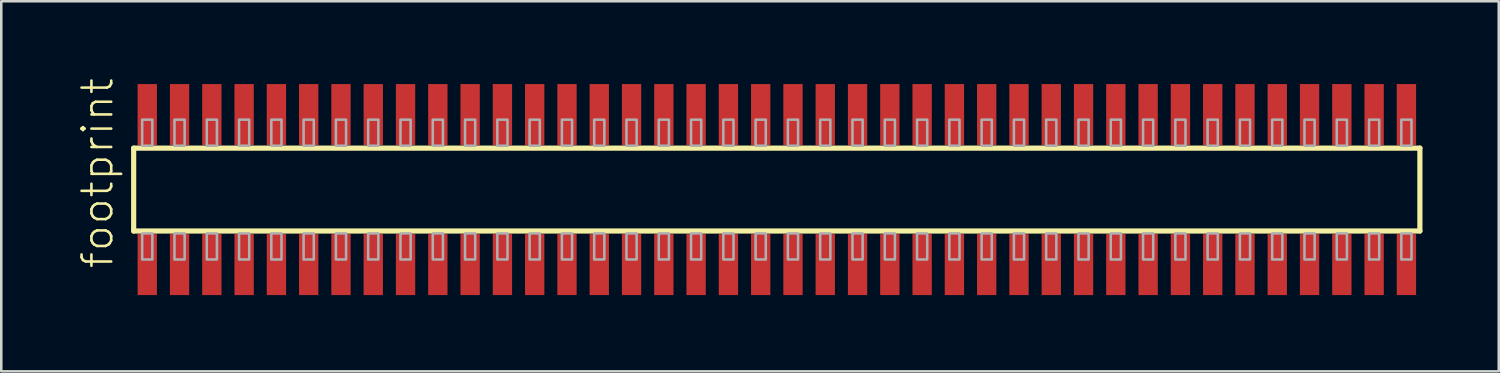
<source format=kicad_pcb>
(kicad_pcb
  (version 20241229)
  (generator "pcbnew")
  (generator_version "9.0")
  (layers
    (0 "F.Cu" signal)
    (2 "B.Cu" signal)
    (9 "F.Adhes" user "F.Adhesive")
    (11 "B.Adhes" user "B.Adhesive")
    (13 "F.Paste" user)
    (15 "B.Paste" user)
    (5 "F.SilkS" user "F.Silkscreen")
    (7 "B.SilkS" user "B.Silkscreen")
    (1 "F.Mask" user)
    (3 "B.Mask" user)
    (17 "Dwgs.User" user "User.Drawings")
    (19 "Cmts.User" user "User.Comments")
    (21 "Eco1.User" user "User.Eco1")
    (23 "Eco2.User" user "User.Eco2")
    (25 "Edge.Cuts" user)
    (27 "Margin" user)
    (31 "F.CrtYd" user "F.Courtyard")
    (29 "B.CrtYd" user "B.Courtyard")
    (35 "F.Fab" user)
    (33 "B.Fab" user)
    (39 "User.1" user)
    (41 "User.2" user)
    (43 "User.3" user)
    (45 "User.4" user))
  (footprint "footprint"
    (layer "F.Cu")
    (at 27.508 4.407)
    (property "Reference" "footprint" (at -26.035 3.175 90) (layer "F.SilkS") (effects (font (size 1.168 1.168) (thickness 0.102)) (justify left bottom)))
    (fp_line (start -25.3 -1.63) (end 25.295 -1.63) (stroke (width 0.203) (type solid)) (layer "F.SilkS"))
    (fp_line (start -25.3 1.63) (end -25.3 -1.63) (stroke (width 0.203) (type solid)) (layer "F.SilkS"))
    (fp_line (start 25.295 -1.63) (end 25.295 1.63) (stroke (width 0.203) (type solid)) (layer "F.SilkS"))
    (fp_line (start 25.295 1.63) (end -25.3 1.63) (stroke (width 0.203) (type solid)) (layer "F.SilkS"))
    (fp_poly (pts (xy -24.965 -1.725) (xy -24.565 -1.725) (xy -24.565 -2.75) (xy -24.965 -2.75)) (stroke (width 0.1) (type solid)) (fill no) (layer "F.Fab"))
    (fp_poly (pts (xy -24.565 1.725) (xy -24.965 1.725) (xy -24.965 2.75) (xy -24.565 2.75)) (stroke (width 0.1) (type solid)) (fill no) (layer "F.Fab"))
    (fp_poly (pts (xy -23.695 -1.725) (xy -23.295 -1.725) (xy -23.295 -2.75) (xy -23.695 -2.75)) (stroke (width 0.1) (type solid)) (fill no) (layer "F.Fab"))
    (fp_poly (pts (xy -23.295 1.725) (xy -23.695 1.725) (xy -23.695 2.75) (xy -23.295 2.75)) (stroke (width 0.1) (type solid)) (fill no) (layer "F.Fab"))
    (fp_poly (pts (xy -22.425 -1.725) (xy -22.025 -1.725) (xy -22.025 -2.75) (xy -22.425 -2.75)) (stroke (width 0.1) (type solid)) (fill no) (layer "F.Fab"))
    (fp_poly (pts (xy -22.025 1.725) (xy -22.425 1.725) (xy -22.425 2.75) (xy -22.025 2.75)) (stroke (width 0.1) (type solid)) (fill no) (layer "F.Fab"))
    (fp_poly (pts (xy -21.155 -1.725) (xy -20.755 -1.725) (xy -20.755 -2.75) (xy -21.155 -2.75)) (stroke (width 0.1) (type solid)) (fill no) (layer "F.Fab"))
    (fp_poly (pts (xy -20.755 1.725) (xy -21.155 1.725) (xy -21.155 2.75) (xy -20.755 2.75)) (stroke (width 0.1) (type solid)) (fill no) (layer "F.Fab"))
    (fp_poly (pts (xy -19.885 -1.725) (xy -19.485 -1.725) (xy -19.485 -2.75) (xy -19.885 -2.75)) (stroke (width 0.1) (type solid)) (fill no) (layer "F.Fab"))
    (fp_poly (pts (xy -19.485 1.725) (xy -19.885 1.725) (xy -19.885 2.75) (xy -19.485 2.75)) (stroke (width 0.1) (type solid)) (fill no) (layer "F.Fab"))
    (fp_poly (pts (xy -18.615 -1.725) (xy -18.215 -1.725) (xy -18.215 -2.75) (xy -18.615 -2.75)) (stroke (width 0.1) (type solid)) (fill no) (layer "F.Fab"))
    (fp_poly (pts (xy -18.215 1.725) (xy -18.615 1.725) (xy -18.615 2.75) (xy -18.215 2.75)) (stroke (width 0.1) (type solid)) (fill no) (layer "F.Fab"))
    (fp_poly (pts (xy -17.345 -1.725) (xy -16.945 -1.725) (xy -16.945 -2.75) (xy -17.345 -2.75)) (stroke (width 0.1) (type solid)) (fill no) (layer "F.Fab"))
    (fp_poly (pts (xy -16.945 1.725) (xy -17.345 1.725) (xy -17.345 2.75) (xy -16.945 2.75)) (stroke (width 0.1) (type solid)) (fill no) (layer "F.Fab"))
    (fp_poly (pts (xy -16.075 -1.725) (xy -15.675 -1.725) (xy -15.675 -2.75) (xy -16.075 -2.75)) (stroke (width 0.1) (type solid)) (fill no) (layer "F.Fab"))
    (fp_poly (pts (xy -15.675 1.725) (xy -16.075 1.725) (xy -16.075 2.75) (xy -15.675 2.75)) (stroke (width 0.1) (type solid)) (fill no) (layer "F.Fab"))
    (fp_poly (pts (xy -14.805 -1.725) (xy -14.405 -1.725) (xy -14.405 -2.75) (xy -14.805 -2.75)) (stroke (width 0.1) (type solid)) (fill no) (layer "F.Fab"))
    (fp_poly (pts (xy -14.405 1.725) (xy -14.805 1.725) (xy -14.805 2.75) (xy -14.405 2.75)) (stroke (width 0.1) (type solid)) (fill no) (layer "F.Fab"))
    (fp_poly (pts (xy -13.535 -1.725) (xy -13.135 -1.725) (xy -13.135 -2.75) (xy -13.535 -2.75)) (stroke (width 0.1) (type solid)) (fill no) (layer "F.Fab"))
    (fp_poly (pts (xy -13.135 1.725) (xy -13.535 1.725) (xy -13.535 2.75) (xy -13.135 2.75)) (stroke (width 0.1) (type solid)) (fill no) (layer "F.Fab"))
    (fp_poly (pts (xy -12.265 -1.725) (xy -11.865 -1.725) (xy -11.865 -2.75) (xy -12.265 -2.75)) (stroke (width 0.1) (type solid)) (fill no) (layer "F.Fab"))
    (fp_poly (pts (xy -11.865 1.725) (xy -12.265 1.725) (xy -12.265 2.75) (xy -11.865 2.75)) (stroke (width 0.1) (type solid)) (fill no) (layer "F.Fab"))
    (fp_poly (pts (xy -10.995 -1.725) (xy -10.595 -1.725) (xy -10.595 -2.75) (xy -10.995 -2.75)) (stroke (width 0.1) (type solid)) (fill no) (layer "F.Fab"))
    (fp_poly (pts (xy -10.595 1.725) (xy -10.995 1.725) (xy -10.995 2.75) (xy -10.595 2.75)) (stroke (width 0.1) (type solid)) (fill no) (layer "F.Fab"))
    (fp_poly (pts (xy -9.725 -1.725) (xy -9.325 -1.725) (xy -9.325 -2.75) (xy -9.725 -2.75)) (stroke (width 0.1) (type solid)) (fill no) (layer "F.Fab"))
    (fp_poly (pts (xy -9.325 1.725) (xy -9.725 1.725) (xy -9.725 2.75) (xy -9.325 2.75)) (stroke (width 0.1) (type solid)) (fill no) (layer "F.Fab"))
    (fp_poly (pts (xy -8.455 -1.725) (xy -8.055 -1.725) (xy -8.055 -2.75) (xy -8.455 -2.75)) (stroke (width 0.1) (type solid)) (fill no) (layer "F.Fab"))
    (fp_poly (pts (xy -8.055 1.725) (xy -8.455 1.725) (xy -8.455 2.75) (xy -8.055 2.75)) (stroke (width 0.1) (type solid)) (fill no) (layer "F.Fab"))
    (fp_poly (pts (xy -7.185 -1.725) (xy -6.785 -1.725) (xy -6.785 -2.75) (xy -7.185 -2.75)) (stroke (width 0.1) (type solid)) (fill no) (layer "F.Fab"))
    (fp_poly (pts (xy -6.785 1.725) (xy -7.185 1.725) (xy -7.185 2.75) (xy -6.785 2.75)) (stroke (width 0.1) (type solid)) (fill no) (layer "F.Fab"))
    (fp_poly (pts (xy -5.915 -1.725) (xy -5.515 -1.725) (xy -5.515 -2.75) (xy -5.915 -2.75)) (stroke (width 0.1) (type solid)) (fill no) (layer "F.Fab"))
    (fp_poly (pts (xy -5.515 1.725) (xy -5.915 1.725) (xy -5.915 2.75) (xy -5.515 2.75)) (stroke (width 0.1) (type solid)) (fill no) (layer "F.Fab"))
    (fp_poly (pts (xy -4.645 -1.725) (xy -4.245 -1.725) (xy -4.245 -2.75) (xy -4.645 -2.75)) (stroke (width 0.1) (type solid)) (fill no) (layer "F.Fab"))
    (fp_poly (pts (xy -4.245 1.725) (xy -4.645 1.725) (xy -4.645 2.75) (xy -4.245 2.75)) (stroke (width 0.1) (type solid)) (fill no) (layer "F.Fab"))
    (fp_poly (pts (xy -3.375 -1.725) (xy -2.975 -1.725) (xy -2.975 -2.75) (xy -3.375 -2.75)) (stroke (width 0.1) (type solid)) (fill no) (layer "F.Fab"))
    (fp_poly (pts (xy -2.975 1.725) (xy -3.375 1.725) (xy -3.375 2.75) (xy -2.975 2.75)) (stroke (width 0.1) (type solid)) (fill no) (layer "F.Fab"))
    (fp_poly (pts (xy -2.105 -1.725) (xy -1.705 -1.725) (xy -1.705 -2.75) (xy -2.105 -2.75)) (stroke (width 0.1) (type solid)) (fill no) (layer "F.Fab"))
    (fp_poly (pts (xy -1.705 1.725) (xy -2.105 1.725) (xy -2.105 2.75) (xy -1.705 2.75)) (stroke (width 0.1) (type solid)) (fill no) (layer "F.Fab"))
    (fp_poly (pts (xy -0.835 -1.725) (xy -0.435 -1.725) (xy -0.435 -2.75) (xy -0.835 -2.75)) (stroke (width 0.1) (type solid)) (fill no) (layer "F.Fab"))
    (fp_poly (pts (xy -0.435 1.725) (xy -0.835 1.725) (xy -0.835 2.75) (xy -0.435 2.75)) (stroke (width 0.1) (type solid)) (fill no) (layer "F.Fab"))
    (fp_poly (pts (xy 0.435 -1.725) (xy 0.835 -1.725) (xy 0.835 -2.75) (xy 0.435 -2.75)) (stroke (width 0.1) (type solid)) (fill no) (layer "F.Fab"))
    (fp_poly (pts (xy 0.835 1.725) (xy 0.435 1.725) (xy 0.435 2.75) (xy 0.835 2.75)) (stroke (width 0.1) (type solid)) (fill no) (layer "F.Fab"))
    (fp_poly (pts (xy 1.705 -1.725) (xy 2.105 -1.725) (xy 2.105 -2.75) (xy 1.705 -2.75)) (stroke (width 0.1) (type solid)) (fill no) (layer "F.Fab"))
    (fp_poly (pts (xy 2.105 1.725) (xy 1.705 1.725) (xy 1.705 2.75) (xy 2.105 2.75)) (stroke (width 0.1) (type solid)) (fill no) (layer "F.Fab"))
    (fp_poly (pts (xy 2.975 -1.725) (xy 3.375 -1.725) (xy 3.375 -2.75) (xy 2.975 -2.75)) (stroke (width 0.1) (type solid)) (fill no) (layer "F.Fab"))
    (fp_poly (pts (xy 3.375 1.725) (xy 2.975 1.725) (xy 2.975 2.75) (xy 3.375 2.75)) (stroke (width 0.1) (type solid)) (fill no) (layer "F.Fab"))
    (fp_poly (pts (xy 4.245 -1.725) (xy 4.645 -1.725) (xy 4.645 -2.75) (xy 4.245 -2.75)) (stroke (width 0.1) (type solid)) (fill no) (layer "F.Fab"))
    (fp_poly (pts (xy 4.645 1.725) (xy 4.245 1.725) (xy 4.245 2.75) (xy 4.645 2.75)) (stroke (width 0.1) (type solid)) (fill no) (layer "F.Fab"))
    (fp_poly (pts (xy 5.515 -1.725) (xy 5.915 -1.725) (xy 5.915 -2.75) (xy 5.515 -2.75)) (stroke (width 0.1) (type solid)) (fill no) (layer "F.Fab"))
    (fp_poly (pts (xy 5.915 1.725) (xy 5.515 1.725) (xy 5.515 2.75) (xy 5.915 2.75)) (stroke (width 0.1) (type solid)) (fill no) (layer "F.Fab"))
    (fp_poly (pts (xy 6.785 -1.725) (xy 7.185 -1.725) (xy 7.185 -2.75) (xy 6.785 -2.75)) (stroke (width 0.1) (type solid)) (fill no) (layer "F.Fab"))
    (fp_poly (pts (xy 7.185 1.725) (xy 6.785 1.725) (xy 6.785 2.75) (xy 7.185 2.75)) (stroke (width 0.1) (type solid)) (fill no) (layer "F.Fab"))
    (fp_poly (pts (xy 8.055 -1.725) (xy 8.455 -1.725) (xy 8.455 -2.75) (xy 8.055 -2.75)) (stroke (width 0.1) (type solid)) (fill no) (layer "F.Fab"))
    (fp_poly (pts (xy 8.455 1.725) (xy 8.055 1.725) (xy 8.055 2.75) (xy 8.455 2.75)) (stroke (width 0.1) (type solid)) (fill no) (layer "F.Fab"))
    (fp_poly (pts (xy 9.325 -1.725) (xy 9.725 -1.725) (xy 9.725 -2.75) (xy 9.325 -2.75)) (stroke (width 0.1) (type solid)) (fill no) (layer "F.Fab"))
    (fp_poly (pts (xy 9.725 1.725) (xy 9.325 1.725) (xy 9.325 2.75) (xy 9.725 2.75)) (stroke (width 0.1) (type solid)) (fill no) (layer "F.Fab"))
    (fp_poly (pts (xy 10.595 -1.725) (xy 10.995 -1.725) (xy 10.995 -2.75) (xy 10.595 -2.75)) (stroke (width 0.1) (type solid)) (fill no) (layer "F.Fab"))
    (fp_poly (pts (xy 10.995 1.725) (xy 10.595 1.725) (xy 10.595 2.75) (xy 10.995 2.75)) (stroke (width 0.1) (type solid)) (fill no) (layer "F.Fab"))
    (fp_poly (pts (xy 11.865 -1.725) (xy 12.265 -1.725) (xy 12.265 -2.75) (xy 11.865 -2.75)) (stroke (width 0.1) (type solid)) (fill no) (layer "F.Fab"))
    (fp_poly (pts (xy 12.265 1.725) (xy 11.865 1.725) (xy 11.865 2.75) (xy 12.265 2.75)) (stroke (width 0.1) (type solid)) (fill no) (layer "F.Fab"))
    (fp_poly (pts (xy 13.135 -1.725) (xy 13.535 -1.725) (xy 13.535 -2.75) (xy 13.135 -2.75)) (stroke (width 0.1) (type solid)) (fill no) (layer "F.Fab"))
    (fp_poly (pts (xy 13.535 1.725) (xy 13.135 1.725) (xy 13.135 2.75) (xy 13.535 2.75)) (stroke (width 0.1) (type solid)) (fill no) (layer "F.Fab"))
    (fp_poly (pts (xy 14.405 -1.725) (xy 14.805 -1.725) (xy 14.805 -2.75) (xy 14.405 -2.75)) (stroke (width 0.1) (type solid)) (fill no) (layer "F.Fab"))
    (fp_poly (pts (xy 14.805 1.725) (xy 14.405 1.725) (xy 14.405 2.75) (xy 14.805 2.75)) (stroke (width 0.1) (type solid)) (fill no) (layer "F.Fab"))
    (fp_poly (pts (xy 15.675 -1.725) (xy 16.075 -1.725) (xy 16.075 -2.75) (xy 15.675 -2.75)) (stroke (width 0.1) (type solid)) (fill no) (layer "F.Fab"))
    (fp_poly (pts (xy 16.075 1.725) (xy 15.675 1.725) (xy 15.675 2.75) (xy 16.075 2.75)) (stroke (width 0.1) (type solid)) (fill no) (layer "F.Fab"))
    (fp_poly (pts (xy 16.945 -1.725) (xy 17.345 -1.725) (xy 17.345 -2.75) (xy 16.945 -2.75)) (stroke (width 0.1) (type solid)) (fill no) (layer "F.Fab"))
    (fp_poly (pts (xy 17.345 1.725) (xy 16.945 1.725) (xy 16.945 2.75) (xy 17.345 2.75)) (stroke (width 0.1) (type solid)) (fill no) (layer "F.Fab"))
    (fp_poly (pts (xy 18.215 -1.725) (xy 18.615 -1.725) (xy 18.615 -2.75) (xy 18.215 -2.75)) (stroke (width 0.1) (type solid)) (fill no) (layer "F.Fab"))
    (fp_poly (pts (xy 18.615 1.725) (xy 18.215 1.725) (xy 18.215 2.75) (xy 18.615 2.75)) (stroke (width 0.1) (type solid)) (fill no) (layer "F.Fab"))
    (fp_poly (pts (xy 19.485 -1.725) (xy 19.885 -1.725) (xy 19.885 -2.75) (xy 19.485 -2.75)) (stroke (width 0.1) (type solid)) (fill no) (layer "F.Fab"))
    (fp_poly (pts (xy 19.885 1.725) (xy 19.485 1.725) (xy 19.485 2.75) (xy 19.885 2.75)) (stroke (width 0.1) (type solid)) (fill no) (layer "F.Fab"))
    (fp_poly (pts (xy 20.755 -1.725) (xy 21.155 -1.725) (xy 21.155 -2.75) (xy 20.755 -2.75)) (stroke (width 0.1) (type solid)) (fill no) (layer "F.Fab"))
    (fp_poly (pts (xy 21.155 1.725) (xy 20.755 1.725) (xy 20.755 2.75) (xy 21.155 2.75)) (stroke (width 0.1) (type solid)) (fill no) (layer "F.Fab"))
    (fp_poly (pts (xy 22.025 -1.725) (xy 22.425 -1.725) (xy 22.425 -2.75) (xy 22.025 -2.75)) (stroke (width 0.1) (type solid)) (fill no) (layer "F.Fab"))
    (fp_poly (pts (xy 22.425 1.725) (xy 22.025 1.725) (xy 22.025 2.75) (xy 22.425 2.75)) (stroke (width 0.1) (type solid)) (fill no) (layer "F.Fab"))
    (fp_poly (pts (xy 23.295 -1.725) (xy 23.695 -1.725) (xy 23.695 -2.75) (xy 23.295 -2.75)) (stroke (width 0.1) (type solid)) (fill no) (layer "F.Fab"))
    (fp_poly (pts (xy 23.695 1.725) (xy 23.295 1.725) (xy 23.295 2.75) (xy 23.695 2.75)) (stroke (width 0.1) (type solid)) (fill no) (layer "F.Fab"))
    (fp_poly (pts (xy 24.565 -1.725) (xy 24.965 -1.725) (xy 24.965 -2.75) (xy 24.565 -2.75)) (stroke (width 0.1) (type solid)) (fill no) (layer "F.Fab"))
    (fp_poly (pts (xy 24.965 1.725) (xy 24.565 1.725) (xy 24.565 2.75) (xy 24.965 2.75)) (stroke (width 0.1) (type solid)) (fill no) (layer "F.Fab"))
    (pad "1" smd rect (at -24.765 2.95) (size 0.76 2.4) (layers "F.Cu" "F.Mask" "F.Paste"))
    (pad "2" smd rect (at -24.765 -2.95) (size 0.76 2.4) (layers "F.Cu" "F.Mask" "F.Paste"))
    (pad "3" smd rect (at -23.495 2.95) (size 0.76 2.4) (layers "F.Cu" "F.Mask" "F.Paste"))
    (pad "4" smd rect (at -23.495 -2.95) (size 0.76 2.4) (layers "F.Cu" "F.Mask" "F.Paste"))
    (pad "5" smd rect (at -22.225 2.95) (size 0.76 2.4) (layers "F.Cu" "F.Mask" "F.Paste"))
    (pad "6" smd rect (at -22.225 -2.95) (size 0.76 2.4) (layers "F.Cu" "F.Mask" "F.Paste"))
    (pad "7" smd rect (at -20.955 2.95) (size 0.76 2.4) (layers "F.Cu" "F.Mask" "F.Paste"))
    (pad "8" smd rect (at -20.955 -2.95) (size 0.76 2.4) (layers "F.Cu" "F.Mask" "F.Paste"))
    (pad "9" smd rect (at -19.685 2.95) (size 0.76 2.4) (layers "F.Cu" "F.Mask" "F.Paste"))
    (pad "10" smd rect (at -19.685 -2.95) (size 0.76 2.4) (layers "F.Cu" "F.Mask" "F.Paste"))
    (pad "11" smd rect (at -18.415 2.95) (size 0.76 2.4) (layers "F.Cu" "F.Mask" "F.Paste"))
    (pad "12" smd rect (at -18.415 -2.95) (size 0.76 2.4) (layers "F.Cu" "F.Mask" "F.Paste"))
    (pad "13" smd rect (at -17.145 2.95) (size 0.76 2.4) (layers "F.Cu" "F.Mask" "F.Paste"))
    (pad "14" smd rect (at -17.145 -2.95) (size 0.76 2.4) (layers "F.Cu" "F.Mask" "F.Paste"))
    (pad "15" smd rect (at -15.875 2.95) (size 0.76 2.4) (layers "F.Cu" "F.Mask" "F.Paste"))
    (pad "16" smd rect (at -15.875 -2.95) (size 0.76 2.4) (layers "F.Cu" "F.Mask" "F.Paste"))
    (pad "17" smd rect (at -14.605 2.95) (size 0.76 2.4) (layers "F.Cu" "F.Mask" "F.Paste"))
    (pad "18" smd rect (at -14.605 -2.95) (size 0.76 2.4) (layers "F.Cu" "F.Mask" "F.Paste"))
    (pad "19" smd rect (at -13.335 2.95) (size 0.76 2.4) (layers "F.Cu" "F.Mask" "F.Paste"))
    (pad "20" smd rect (at -13.335 -2.95) (size 0.76 2.4) (layers "F.Cu" "F.Mask" "F.Paste"))
    (pad "21" smd rect (at -12.065 2.95) (size 0.76 2.4) (layers "F.Cu" "F.Mask" "F.Paste"))
    (pad "22" smd rect (at -12.065 -2.95) (size 0.76 2.4) (layers "F.Cu" "F.Mask" "F.Paste"))
    (pad "23" smd rect (at -10.795 2.95) (size 0.76 2.4) (layers "F.Cu" "F.Mask" "F.Paste"))
    (pad "24" smd rect (at -10.795 -2.95) (size 0.76 2.4) (layers "F.Cu" "F.Mask" "F.Paste"))
    (pad "25" smd rect (at -9.525 2.95) (size 0.76 2.4) (layers "F.Cu" "F.Mask" "F.Paste"))
    (pad "26" smd rect (at -9.525 -2.95) (size 0.76 2.4) (layers "F.Cu" "F.Mask" "F.Paste"))
    (pad "27" smd rect (at -8.255 2.95) (size 0.76 2.4) (layers "F.Cu" "F.Mask" "F.Paste"))
    (pad "28" smd rect (at -8.255 -2.95) (size 0.76 2.4) (layers "F.Cu" "F.Mask" "F.Paste"))
    (pad "29" smd rect (at -6.985 2.95) (size 0.76 2.4) (layers "F.Cu" "F.Mask" "F.Paste"))
    (pad "30" smd rect (at -6.985 -2.95) (size 0.76 2.4) (layers "F.Cu" "F.Mask" "F.Paste"))
    (pad "31" smd rect (at -5.715 2.95) (size 0.76 2.4) (layers "F.Cu" "F.Mask" "F.Paste"))
    (pad "32" smd rect (at -5.715 -2.95) (size 0.76 2.4) (layers "F.Cu" "F.Mask" "F.Paste"))
    (pad "33" smd rect (at -4.445 2.95) (size 0.76 2.4) (layers "F.Cu" "F.Mask" "F.Paste"))
    (pad "34" smd rect (at -4.445 -2.95) (size 0.76 2.4) (layers "F.Cu" "F.Mask" "F.Paste"))
    (pad "35" smd rect (at -3.175 2.95) (size 0.76 2.4) (layers "F.Cu" "F.Mask" "F.Paste"))
    (pad "36" smd rect (at -3.175 -2.95) (size 0.76 2.4) (layers "F.Cu" "F.Mask" "F.Paste"))
    (pad "37" smd rect (at -1.905 2.95) (size 0.76 2.4) (layers "F.Cu" "F.Mask" "F.Paste"))
    (pad "38" smd rect (at -1.905 -2.95) (size 0.76 2.4) (layers "F.Cu" "F.Mask" "F.Paste"))
    (pad "39" smd rect (at -0.635 2.95) (size 0.76 2.4) (layers "F.Cu" "F.Mask" "F.Paste"))
    (pad "40" smd rect (at -0.635 -2.95) (size 0.76 2.4) (layers "F.Cu" "F.Mask" "F.Paste"))
    (pad "41" smd rect (at 0.635 2.95) (size 0.76 2.4) (layers "F.Cu" "F.Mask" "F.Paste"))
    (pad "42" smd rect (at 0.635 -2.95) (size 0.76 2.4) (layers "F.Cu" "F.Mask" "F.Paste"))
    (pad "43" smd rect (at 1.905 2.95) (size 0.76 2.4) (layers "F.Cu" "F.Mask" "F.Paste"))
    (pad "44" smd rect (at 1.905 -2.95) (size 0.76 2.4) (layers "F.Cu" "F.Mask" "F.Paste"))
    (pad "45" smd rect (at 3.175 2.95) (size 0.76 2.4) (layers "F.Cu" "F.Mask" "F.Paste"))
    (pad "46" smd rect (at 3.175 -2.95) (size 0.76 2.4) (layers "F.Cu" "F.Mask" "F.Paste"))
    (pad "47" smd rect (at 4.445 2.95) (size 0.76 2.4) (layers "F.Cu" "F.Mask" "F.Paste"))
    (pad "48" smd rect (at 4.445 -2.95) (size 0.76 2.4) (layers "F.Cu" "F.Mask" "F.Paste"))
    (pad "49" smd rect (at 5.715 2.95) (size 0.76 2.4) (layers "F.Cu" "F.Mask" "F.Paste"))
    (pad "50" smd rect (at 5.715 -2.95) (size 0.76 2.4) (layers "F.Cu" "F.Mask" "F.Paste"))
    (pad "51" smd rect (at 6.985 2.95) (size 0.76 2.4) (layers "F.Cu" "F.Mask" "F.Paste"))
    (pad "52" smd rect (at 6.985 -2.95) (size 0.76 2.4) (layers "F.Cu" "F.Mask" "F.Paste"))
    (pad "53" smd rect (at 8.255 2.95) (size 0.76 2.4) (layers "F.Cu" "F.Mask" "F.Paste"))
    (pad "54" smd rect (at 8.255 -2.95) (size 0.76 2.4) (layers "F.Cu" "F.Mask" "F.Paste"))
    (pad "55" smd rect (at 9.525 2.95) (size 0.76 2.4) (layers "F.Cu" "F.Mask" "F.Paste"))
    (pad "56" smd rect (at 9.525 -2.95) (size 0.76 2.4) (layers "F.Cu" "F.Mask" "F.Paste"))
    (pad "57" smd rect (at 10.795 2.95) (size 0.76 2.4) (layers "F.Cu" "F.Mask" "F.Paste"))
    (pad "58" smd rect (at 10.795 -2.95) (size 0.76 2.4) (layers "F.Cu" "F.Mask" "F.Paste"))
    (pad "59" smd rect (at 12.065 2.95) (size 0.76 2.4) (layers "F.Cu" "F.Mask" "F.Paste"))
    (pad "60" smd rect (at 12.065 -2.95) (size 0.76 2.4) (layers "F.Cu" "F.Mask" "F.Paste"))
    (pad "61" smd rect (at 13.335 2.95) (size 0.76 2.4) (layers "F.Cu" "F.Mask" "F.Paste"))
    (pad "62" smd rect (at 13.335 -2.95) (size 0.76 2.4) (layers "F.Cu" "F.Mask" "F.Paste"))
    (pad "63" smd rect (at 14.605 2.95) (size 0.76 2.4) (layers "F.Cu" "F.Mask" "F.Paste"))
    (pad "64" smd rect (at 14.605 -2.95) (size 0.76 2.4) (layers "F.Cu" "F.Mask" "F.Paste"))
    (pad "65" smd rect (at 15.875 2.95) (size 0.76 2.4) (layers "F.Cu" "F.Mask" "F.Paste"))
    (pad "66" smd rect (at 15.875 -2.95) (size 0.76 2.4) (layers "F.Cu" "F.Mask" "F.Paste"))
    (pad "67" smd rect (at 17.145 2.95) (size 0.76 2.4) (layers "F.Cu" "F.Mask" "F.Paste"))
    (pad "68" smd rect (at 17.145 -2.95) (size 0.76 2.4) (layers "F.Cu" "F.Mask" "F.Paste"))
    (pad "69" smd rect (at 18.415 2.95) (size 0.76 2.4) (layers "F.Cu" "F.Mask" "F.Paste"))
    (pad "70" smd rect (at 18.415 -2.95) (size 0.76 2.4) (layers "F.Cu" "F.Mask" "F.Paste"))
    (pad "71" smd rect (at 19.685 2.95) (size 0.76 2.4) (layers "F.Cu" "F.Mask" "F.Paste"))
    (pad "72" smd rect (at 19.685 -2.95) (size 0.76 2.4) (layers "F.Cu" "F.Mask" "F.Paste"))
    (pad "73" smd rect (at 20.955 2.95) (size 0.76 2.4) (layers "F.Cu" "F.Mask" "F.Paste"))
    (pad "74" smd rect (at 20.955 -2.95) (size 0.76 2.4) (layers "F.Cu" "F.Mask" "F.Paste"))
    (pad "75" smd rect (at 22.225 2.95) (size 0.76 2.4) (layers "F.Cu" "F.Mask" "F.Paste"))
    (pad "76" smd rect (at 22.225 -2.95) (size 0.76 2.4) (layers "F.Cu" "F.Mask" "F.Paste"))
    (pad "77" smd rect (at 23.495 2.95) (size 0.76 2.4) (layers "F.Cu" "F.Mask" "F.Paste"))
    (pad "78" smd rect (at 23.495 -2.95) (size 0.76 2.4) (layers "F.Cu" "F.Mask" "F.Paste"))
    (pad "79" smd rect (at 24.765 2.95) (size 0.76 2.4) (layers "F.Cu" "F.Mask" "F.Paste"))
    (pad "80" smd rect (at 24.765 -2.95) (size 0.76 2.4) (layers "F.Cu" "F.Mask" "F.Paste")))
  (gr_rect
    (start -3 -3)
    (end 55.905 11.557)
    (stroke (width 0.1) (type default))
    (fill no)
    (layer "Edge.Cuts")))
</source>
